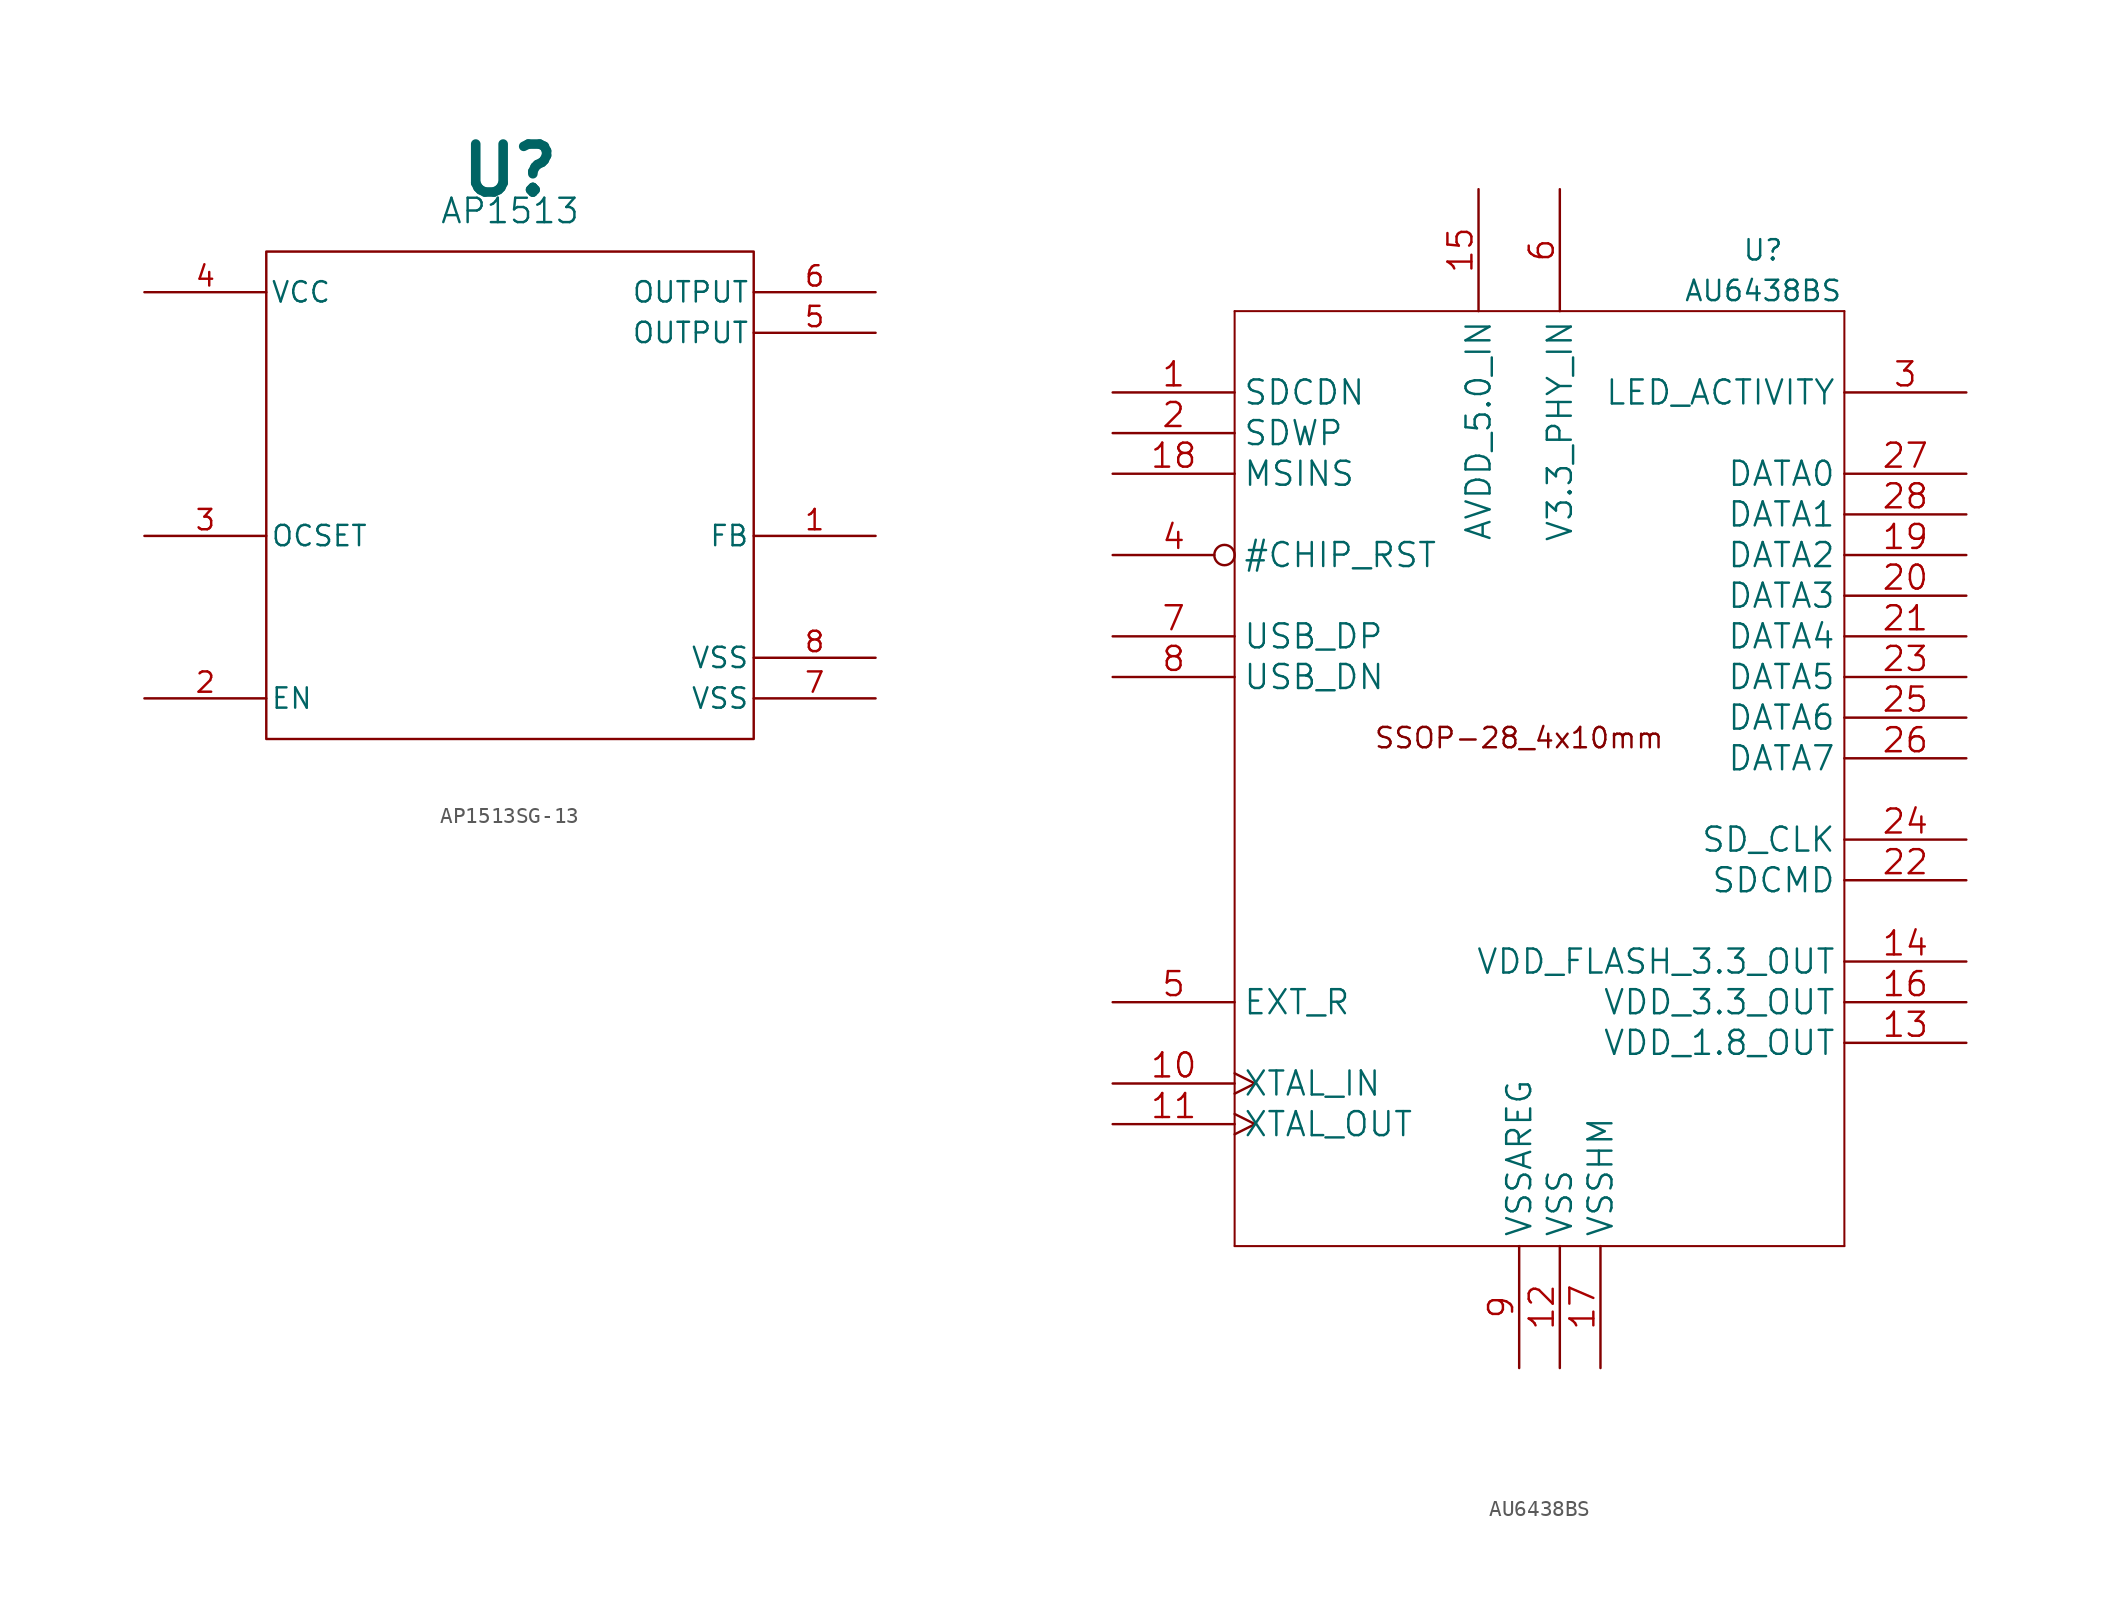
<source format=kicad_sym>
(kicad_symbol_lib
  (version 20220914)
  (generator kicad_symbol_editor)
  (symbol "AP1513SG-13"
    (pin_names
      (offset 0.254))
    (property "Reference" "U"
      (at 22.86 10.16 0)
      (effects (font (size 3 3) bold)))
    (property "Value" "AP1513"
      (at 22.86 7.62 0)
      (effects (font (size 1.524 1.524))))
    (symbol "AP1513SG-13_0_1"
      (rectangle (start 7.62 5.08) (end 38.1 -25.4) (stroke (width 0) (type default)) (fill (type none)))
      (pin unspecified line (at 45.72 -12.7 180) (length 7.62) (name "FB" (effects (font (size 1.27 1.27)))) (number "1" (effects (font (size 1.27 1.27)))))
      (pin unspecified line (at 0 -22.86 0) (length 7.62) (name "EN" (effects (font (size 1.27 1.27)))) (number "2" (effects (font (size 1.27 1.27)))))
      (pin output line (at 0 -12.7 0) (length 7.62) (name "OCSET" (effects (font (size 1.27 1.27)))) (number "3" (effects (font (size 1.27 1.27)))))
      (pin power_in line (at 0 2.54 0) (length 7.62) (name "VCC" (effects (font (size 1.27 1.27)))) (number "4" (effects (font (size 1.27 1.27)))))
      (pin output line (at 45.72 0 180) (length 7.62) (name "OUTPUT" (effects (font (size 1.27 1.27)))) (number "5" (effects (font (size 1.27 1.27)))))
      (pin output line (at 45.72 2.54 180) (length 7.62) (name "OUTPUT" (effects (font (size 1.27 1.27)))) (number "6" (effects (font (size 1.27 1.27)))))
      (pin power_in line (at 45.72 -22.86 180) (length 7.62) (name "VSS" (effects (font (size 1.27 1.27)))) (number "7" (effects (font (size 1.27 1.27)))))
      (pin power_in line (at 45.72 -20.32 180) (length 7.62) (name "VSS" (effects (font (size 1.27 1.27)))) (number "8" (effects (font (size 1.27 1.27)))))))
  (symbol "AU6438BS"
    (property "Reference" "U"
      (at 33.02 3.81 0)
      (effects (font (size 1.27 1.27))))
    (property "Value" "AU6438BS"
      (at 33.02 1.27 0)
      (effects (font (size 1.27 1.27))))
    (symbol "AU6438BS_0_1"
      (text "SSOP-28_4x10mm" (at 17.78 -26.67 0) (effects (font (size 1.27 1.27)))))
    (symbol "AU6438BS_1_1"
      (polyline (pts (xy 0 -58.42) (xy 38.1 -58.42)) (stroke (width 0.127) (type solid)) (fill (type none)))
      (polyline (pts (xy 0 0) (xy 0 -58.42)) (stroke (width 0.127) (type solid)) (fill (type none)))
      (polyline (pts (xy 38.1 -58.42) (xy 38.1 0)) (stroke (width 0.127) (type solid)) (fill (type none)))
      (polyline (pts (xy 38.1 0) (xy 0 0)) (stroke (width 0.127) (type solid)) (fill (type none)))
      (pin bidirectional line (at -7.62 -5.08 0) (length 7.62) (name "SDCDN" (effects (font (size 1.499 1.499)))) (number "1" (effects (font (size 1.499 1.499)))))
      (pin input clock (at -7.62 -48.26 0) (length 7.62) (name "XTAL_IN" (effects (font (size 1.499 1.499)))) (number "10" (effects (font (size 1.499 1.499)))))
      (pin input clock (at -7.62 -50.8 0) (length 7.62) (name "XTAL_OUT" (effects (font (size 1.499 1.499)))) (number "11" (effects (font (size 1.499 1.499)))))
      (pin power_in line (at 20.32 -66.04 90) (length 7.62) (name "VSS" (effects (font (size 1.499 1.499)))) (number "12" (effects (font (size 1.499 1.499)))))
      (pin power_out line (at 45.72 -45.72 180) (length 7.62) (name "VDD_1.8_OUT" (effects (font (size 1.499 1.499)))) (number "13" (effects (font (size 1.499 1.499)))))
      (pin power_out line (at 45.72 -40.64 180) (length 7.62) (name "VDD_FLASH_3.3_OUT" (effects (font (size 1.499 1.499)))) (number "14" (effects (font (size 1.499 1.499)))))
      (pin power_in line (at 15.24 7.62 270) (length 7.62) (name "AVDD_5.0_IN" (effects (font (size 1.499 1.499)))) (number "15" (effects (font (size 1.499 1.499)))))
      (pin power_out line (at 45.72 -43.18 180) (length 7.62) (name "VDD_3.3_OUT" (effects (font (size 1.499 1.499)))) (number "16" (effects (font (size 1.499 1.499)))))
      (pin power_in line (at 22.86 -66.04 90) (length 7.62) (name "VSSHM" (effects (font (size 1.499 1.499)))) (number "17" (effects (font (size 1.499 1.499)))))
      (pin bidirectional line (at -7.62 -10.16 0) (length 7.62) (name "MSINS" (effects (font (size 1.499 1.499)))) (number "18" (effects (font (size 1.499 1.499)))))
      (pin bidirectional line (at 45.72 -15.24 180) (length 7.62) (name "DATA2" (effects (font (size 1.499 1.499)))) (number "19" (effects (font (size 1.499 1.499)))))
      (pin bidirectional line (at -7.62 -7.62 0) (length 7.62) (name "SDWP" (effects (font (size 1.499 1.499)))) (number "2" (effects (font (size 1.499 1.499)))))
      (pin bidirectional line (at 45.72 -17.78 180) (length 7.62) (name "DATA3" (effects (font (size 1.499 1.499)))) (number "20" (effects (font (size 1.499 1.499)))))
      (pin bidirectional line (at 45.72 -20.32 180) (length 7.62) (name "DATA4" (effects (font (size 1.499 1.499)))) (number "21" (effects (font (size 1.499 1.499)))))
      (pin bidirectional line (at 45.72 -35.56 180) (length 7.62) (name "SDCMD" (effects (font (size 1.499 1.499)))) (number "22" (effects (font (size 1.499 1.499)))))
      (pin bidirectional line (at 45.72 -22.86 180) (length 7.62) (name "DATA5" (effects (font (size 1.499 1.499)))) (number "23" (effects (font (size 1.499 1.499)))))
      (pin bidirectional line (at 45.72 -33.02 180) (length 7.62) (name "SD_CLK" (effects (font (size 1.499 1.499)))) (number "24" (effects (font (size 1.499 1.499)))))
      (pin bidirectional line (at 45.72 -25.4 180) (length 7.62) (name "DATA6" (effects (font (size 1.499 1.499)))) (number "25" (effects (font (size 1.499 1.499)))))
      (pin bidirectional line (at 45.72 -27.94 180) (length 7.62) (name "DATA7" (effects (font (size 1.499 1.499)))) (number "26" (effects (font (size 1.499 1.499)))))
      (pin bidirectional line (at 45.72 -10.16 180) (length 7.62) (name "DATA0" (effects (font (size 1.499 1.499)))) (number "27" (effects (font (size 1.499 1.499)))))
      (pin bidirectional line (at 45.72 -12.7 180) (length 7.62) (name "DATA1" (effects (font (size 1.499 1.499)))) (number "28" (effects (font (size 1.499 1.499)))))
      (pin output line (at 45.72 -5.08 180) (length 7.62) (name "LED_ACTIVITY" (effects (font (size 1.499 1.499)))) (number "3" (effects (font (size 1.499 1.499)))))
      (pin input inverted (at -7.62 -15.24 0) (length 7.62) (name "#CHIP_RST" (effects (font (size 1.499 1.499)))) (number "4" (effects (font (size 1.499 1.499)))))
      (pin input line (at -7.62 -43.18 0) (length 7.62) (name "EXT_R" (effects (font (size 1.499 1.499)))) (number "5" (effects (font (size 1.499 1.499)))))
      (pin power_in line (at 20.32 7.62 270) (length 7.62) (name "V3.3_PHY_IN" (effects (font (size 1.499 1.499)))) (number "6" (effects (font (size 1.499 1.499)))))
      (pin bidirectional line (at -7.62 -20.32 0) (length 7.62) (name "USB_DP" (effects (font (size 1.499 1.499)))) (number "7" (effects (font (size 1.499 1.499)))))
      (pin bidirectional line (at -7.62 -22.86 0) (length 7.62) (name "USB_DN" (effects (font (size 1.499 1.499)))) (number "8" (effects (font (size 1.499 1.499)))))
      (pin power_in line (at 17.78 -66.04 90) (length 7.62) (name "VSSAREG" (effects (font (size 1.499 1.499)))) (number "9" (effects (font (size 1.499 1.499))))))))
</source>
